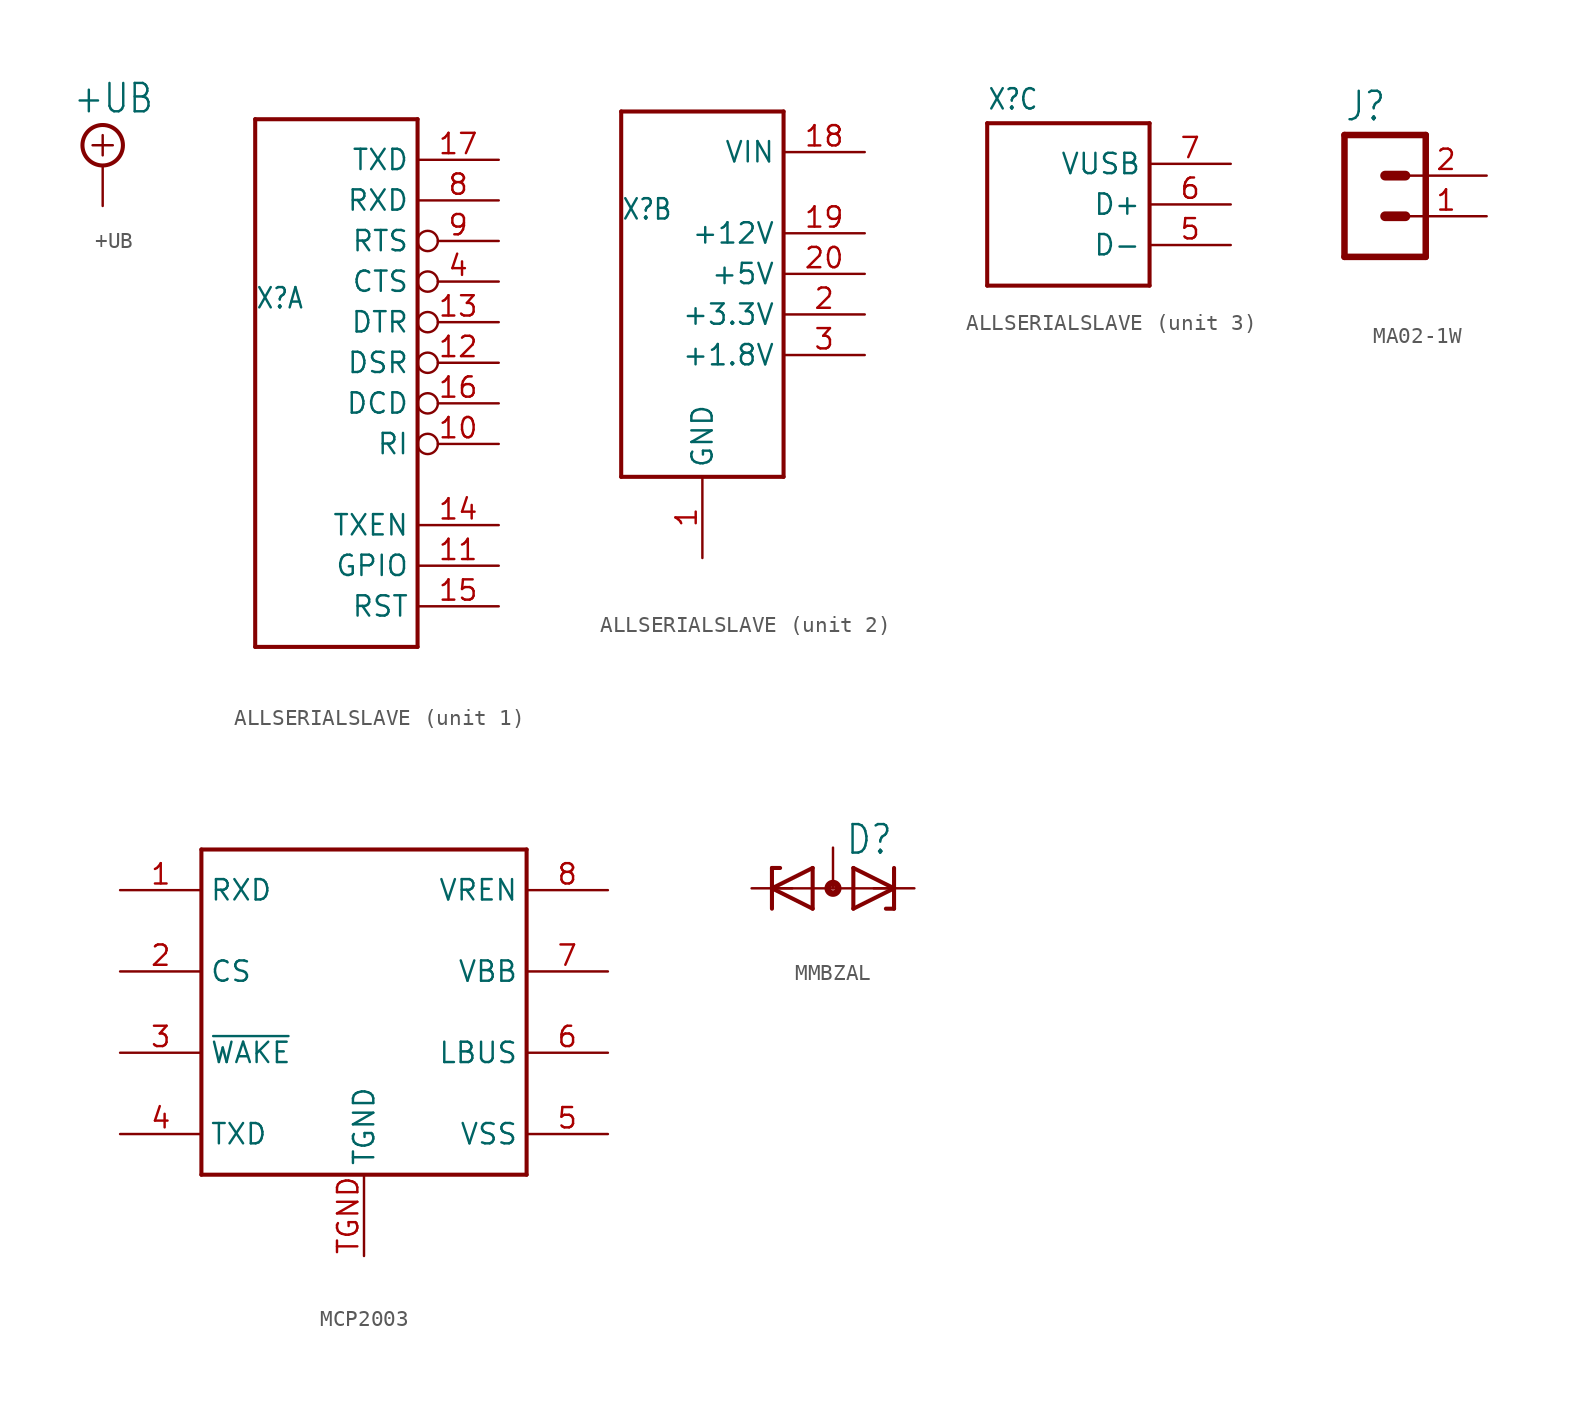
<source format=kicad_sym>
(kicad_symbol_lib
  (version 20220914)
  (generator kicad_symbol_editor)
  (symbol "+UB"
    (power)
    (property "Reference" "#SUPPLY"
      (at 0 0 0)
      (effects (font (size 1.27 1.27)) hide))
    (property "Value" "+UB"
      (at -1.905 3.175 0)
      (effects (font (size 1.778 1.511)) (justify left bottom)))
    (property "ki_locked" ""
      (at 0 0 0)
      (effects (font (size 1.27 1.27))))
    (symbol "+UB_1_0"
      (polyline (pts (xy -0.635 1.27) (xy 0.635 1.27)) (stroke (width 0.152) (type solid)) (fill (type none)))
      (polyline (pts (xy 0 0.635) (xy 0 1.905)) (stroke (width 0.152) (type solid)) (fill (type none)))
      (circle (center 0 1.27) (radius 1.27) (stroke (width 0.254) (type solid)) (fill (type none)))
      (pin power_in line (at 0 -2.54 90) (length 2.54) (name "+UB" (effects (font (size 0 0)))) (number "1" (effects (font (size 0 0)))))))
  (symbol "ALLSERIALSLAVE"
    (property "Reference" "X"
      (at -5.08 5.842 0)
      (effects (font (size 1.27 1.079)) (justify left bottom)))
    (property "ki_locked" ""
      (at 0 0 0)
      (effects (font (size 1.27 1.27))))
    (symbol "ALLSERIALSLAVE_1_0"
      (polyline (pts (xy -5.08 -15.24) (xy 5.08 -15.24)) (stroke (width 0.254) (type solid)) (fill (type none)))
      (polyline (pts (xy -5.08 17.78) (xy -5.08 -15.24)) (stroke (width 0.254) (type solid)) (fill (type none)))
      (polyline (pts (xy 5.08 -15.24) (xy 5.08 17.78)) (stroke (width 0.254) (type solid)) (fill (type none)))
      (polyline (pts (xy 5.08 17.78) (xy -5.08 17.78)) (stroke (width 0.254) (type solid)) (fill (type none)))
      (pin input inverted (at 10.16 -2.54 180) (length 5.08) (name "RI" (effects (font (size 1.27 1.27)))) (number "10" (effects (font (size 1.27 1.27)))))
      (pin bidirectional line (at 10.16 -10.16 180) (length 5.08) (name "GPIO" (effects (font (size 1.27 1.27)))) (number "11" (effects (font (size 1.27 1.27)))))
      (pin input inverted (at 10.16 2.54 180) (length 5.08) (name "DSR" (effects (font (size 1.27 1.27)))) (number "12" (effects (font (size 1.27 1.27)))))
      (pin output inverted (at 10.16 5.08 180) (length 5.08) (name "DTR" (effects (font (size 1.27 1.27)))) (number "13" (effects (font (size 1.27 1.27)))))
      (pin output line (at 10.16 -7.62 180) (length 5.08) (name "TXEN" (effects (font (size 1.27 1.27)))) (number "14" (effects (font (size 1.27 1.27)))))
      (pin bidirectional line (at 10.16 -12.7 180) (length 5.08) (name "RST" (effects (font (size 1.27 1.27)))) (number "15" (effects (font (size 1.27 1.27)))))
      (pin input inverted (at 10.16 0 180) (length 5.08) (name "DCD" (effects (font (size 1.27 1.27)))) (number "16" (effects (font (size 1.27 1.27)))))
      (pin output line (at 10.16 15.24 180) (length 5.08) (name "TXD" (effects (font (size 1.27 1.27)))) (number "17" (effects (font (size 1.27 1.27)))))
      (pin input inverted (at 10.16 7.62 180) (length 5.08) (name "CTS" (effects (font (size 1.27 1.27)))) (number "4" (effects (font (size 1.27 1.27)))))
      (pin input line (at 10.16 12.7 180) (length 5.08) (name "RXD" (effects (font (size 1.27 1.27)))) (number "8" (effects (font (size 1.27 1.27)))))
      (pin output inverted (at 10.16 10.16 180) (length 5.08) (name "RTS" (effects (font (size 1.27 1.27)))) (number "9" (effects (font (size 1.27 1.27))))))
    (symbol "ALLSERIALSLAVE_2_0"
      (polyline (pts (xy -5.08 -10.16) (xy 5.08 -10.16)) (stroke (width 0.254) (type solid)) (fill (type none)))
      (polyline (pts (xy -5.08 12.7) (xy -5.08 -10.16)) (stroke (width 0.254) (type solid)) (fill (type none)))
      (polyline (pts (xy 5.08 -10.16) (xy 5.08 12.7)) (stroke (width 0.254) (type solid)) (fill (type none)))
      (polyline (pts (xy 5.08 12.7) (xy -5.08 12.7)) (stroke (width 0.254) (type solid)) (fill (type none)))
      (pin bidirectional line (at 0 -15.24 90) (length 5.08) (name "GND" (effects (font (size 1.27 1.27)))) (number "1" (effects (font (size 1.27 1.27)))))
      (pin bidirectional line (at 10.16 10.16 180) (length 5.08) (name "VIN" (effects (font (size 1.27 1.27)))) (number "18" (effects (font (size 1.27 1.27)))))
      (pin bidirectional line (at 10.16 5.08 180) (length 5.08) (name "+12V" (effects (font (size 1.27 1.27)))) (number "19" (effects (font (size 1.27 1.27)))))
      (pin bidirectional line (at 10.16 0 180) (length 5.08) (name "+3.3V" (effects (font (size 1.27 1.27)))) (number "2" (effects (font (size 1.27 1.27)))))
      (pin bidirectional line (at 10.16 2.54 180) (length 5.08) (name "+5V" (effects (font (size 1.27 1.27)))) (number "20" (effects (font (size 1.27 1.27)))))
      (pin bidirectional line (at 10.16 -2.54 180) (length 5.08) (name "+1.8V" (effects (font (size 1.27 1.27)))) (number "3" (effects (font (size 1.27 1.27))))))
    (symbol "ALLSERIALSLAVE_3_0"
      (polyline (pts (xy -5.08 -5.08) (xy 5.08 -5.08)) (stroke (width 0.254) (type solid)) (fill (type none)))
      (polyline (pts (xy -5.08 5.08) (xy -5.08 -5.08)) (stroke (width 0.254) (type solid)) (fill (type none)))
      (polyline (pts (xy 5.08 -5.08) (xy 5.08 5.08)) (stroke (width 0.254) (type solid)) (fill (type none)))
      (polyline (pts (xy 5.08 5.08) (xy -5.08 5.08)) (stroke (width 0.254) (type solid)) (fill (type none)))
      (pin bidirectional line (at 10.16 -2.54 180) (length 5.08) (name "D-" (effects (font (size 1.27 1.27)))) (number "5" (effects (font (size 1.27 1.27)))))
      (pin bidirectional line (at 10.16 0 180) (length 5.08) (name "D+" (effects (font (size 1.27 1.27)))) (number "6" (effects (font (size 1.27 1.27)))))
      (pin bidirectional line (at 10.16 2.54 180) (length 5.08) (name "VUSB" (effects (font (size 1.27 1.27)))) (number "7" (effects (font (size 1.27 1.27)))))))
  (symbol "MA02-1W"
    (property "Reference" "J"
      (at -1.27 5.842 0)
      (effects (font (size 1.778 1.511)) (justify left bottom)))
    (property "Value" ""
      (at -1.27 -5.08 0)
      (effects (font (size 1.778 1.511)) (justify left bottom)))
    (property "ki_locked" ""
      (at 0 0 0)
      (effects (font (size 1.27 1.27))))
    (symbol "MA02-1W_1_0"
      (polyline (pts (xy -1.27 5.08) (xy -1.27 -2.54)) (stroke (width 0.406) (type solid)) (fill (type none)))
      (polyline (pts (xy -1.27 5.08) (xy 3.81 5.08)) (stroke (width 0.406) (type solid)) (fill (type none)))
      (polyline (pts (xy 1.27 0) (xy 2.54 0)) (stroke (width 0.61) (type solid)) (fill (type none)))
      (polyline (pts (xy 1.27 2.54) (xy 2.54 2.54)) (stroke (width 0.61) (type solid)) (fill (type none)))
      (polyline (pts (xy 3.81 -2.54) (xy -1.27 -2.54)) (stroke (width 0.406) (type solid)) (fill (type none)))
      (polyline (pts (xy 3.81 -2.54) (xy 3.81 5.08)) (stroke (width 0.406) (type solid)) (fill (type none)))
      (pin passive line (at 7.62 0 180) (length 5.08) (name "1" (effects (font (size 0 0)))) (number "1" (effects (font (size 1.27 1.27)))))
      (pin passive line (at 7.62 2.54 180) (length 5.08) (name "2" (effects (font (size 0 0)))) (number "2" (effects (font (size 1.27 1.27)))))))
  (symbol "MCP2003"
    (property "Reference" ""
      (at -3.81 4.064 0)
      (effects (font (size 1.778 1.511)) (justify left bottom) hide))
    (property "Value" ""
      (at -3.81 0 0)
      (effects (font (size 1.27 1.079)) (justify left bottom)))
    (property "ki_locked" ""
      (at 0 0 0)
      (effects (font (size 1.27 1.27))))
    (symbol "MCP2003_1_0"
      (polyline (pts (xy -10.16 -10.16) (xy 10.16 -10.16)) (stroke (width 0.254) (type solid)) (fill (type none)))
      (polyline (pts (xy -10.16 10.16) (xy -10.16 -10.16)) (stroke (width 0.254) (type solid)) (fill (type none)))
      (polyline (pts (xy 10.16 -10.16) (xy 10.16 10.16)) (stroke (width 0.254) (type solid)) (fill (type none)))
      (polyline (pts (xy 10.16 10.16) (xy -10.16 10.16)) (stroke (width 0.254) (type solid)) (fill (type none)))
      (pin input line (at -15.24 7.62 0) (length 5.08) (name "RXD" (effects (font (size 1.27 1.27)))) (number "1" (effects (font (size 1.27 1.27)))))
      (pin input line (at -15.24 2.54 0) (length 5.08) (name "CS" (effects (font (size 1.27 1.27)))) (number "2" (effects (font (size 1.27 1.27)))))
      (pin input line (at -15.24 -2.54 0) (length 5.08) (name "~{WAKE}" (effects (font (size 1.27 1.27)))) (number "3" (effects (font (size 1.27 1.27)))))
      (pin output line (at -15.24 -7.62 0) (length 5.08) (name "TXD" (effects (font (size 1.27 1.27)))) (number "4" (effects (font (size 1.27 1.27)))))
      (pin power_in line (at 15.24 -7.62 180) (length 5.08) (name "VSS" (effects (font (size 1.27 1.27)))) (number "5" (effects (font (size 1.27 1.27)))))
      (pin bidirectional line (at 15.24 -2.54 180) (length 5.08) (name "LBUS" (effects (font (size 1.27 1.27)))) (number "6" (effects (font (size 1.27 1.27)))))
      (pin power_in line (at 15.24 2.54 180) (length 5.08) (name "VBB" (effects (font (size 1.27 1.27)))) (number "7" (effects (font (size 1.27 1.27)))))
      (pin output line (at 15.24 7.62 180) (length 5.08) (name "VREN" (effects (font (size 1.27 1.27)))) (number "8" (effects (font (size 1.27 1.27)))))
      (pin power_in line (at 0 -15.24 90) (length 5.08) (name "TGND" (effects (font (size 1.27 1.27)))) (number "TGND" (effects (font (size 1.27 1.27)))))))
  (symbol "MMBZAL"
    (property "Reference" "D"
      (at 0.762 2.007 0)
      (effects (font (size 1.778 1.511)) (justify left bottom)))
    (property "Value" ""
      (at -4.826 -3.454 0)
      (effects (font (size 1.778 1.511)) (justify left bottom)))
    (property "ki_locked" ""
      (at 0 0 0)
      (effects (font (size 1.27 1.27))))
    (symbol "MMBZAL_1_0"
      (polyline (pts (xy -3.81 -1.27) (xy -3.81 0)) (stroke (width 0.254) (type solid)) (fill (type none)))
      (polyline (pts (xy -3.81 0) (xy -3.81 1.27)) (stroke (width 0.254) (type solid)) (fill (type none)))
      (polyline (pts (xy -3.81 0) (xy -1.27 -1.27)) (stroke (width 0.254) (type solid)) (fill (type none)))
      (polyline (pts (xy -3.81 0) (xy 3.81 0)) (stroke (width 0.152) (type solid)) (fill (type none)))
      (polyline (pts (xy -3.81 1.27) (xy -3.302 1.27)) (stroke (width 0.254) (type solid)) (fill (type none)))
      (polyline (pts (xy -1.27 -1.27) (xy -1.27 1.27)) (stroke (width 0.254) (type solid)) (fill (type none)))
      (polyline (pts (xy -1.27 1.27) (xy -3.81 0)) (stroke (width 0.254) (type solid)) (fill (type none)))
      (polyline (pts (xy 1.27 -1.27) (xy 1.27 1.27)) (stroke (width 0.254) (type solid)) (fill (type none)))
      (polyline (pts (xy 1.27 1.27) (xy 3.81 0)) (stroke (width 0.254) (type solid)) (fill (type none)))
      (polyline (pts (xy 3.81 -1.27) (xy 3.302 -1.27)) (stroke (width 0.254) (type solid)) (fill (type none)))
      (polyline (pts (xy 3.81 -1.27) (xy 3.81 0)) (stroke (width 0.254) (type solid)) (fill (type none)))
      (polyline (pts (xy 3.81 0) (xy 1.27 -1.27)) (stroke (width 0.254) (type solid)) (fill (type none)))
      (polyline (pts (xy 3.81 0) (xy 3.81 1.27)) (stroke (width 0.254) (type solid)) (fill (type none)))
      (circle (center 0 0) (radius 0.127) (stroke (width 0.406) (type solid)) (fill (type none)))
      (pin passive line (at -5.08 0 0) (length 2.54) (name "K1" (effects (font (size 0 0)))) (number "1" (effects (font (size 0 0)))))
      (pin passive line (at 5.08 0 180) (length 2.54) (name "K2" (effects (font (size 0 0)))) (number "2" (effects (font (size 0 0)))))
      (pin passive line (at 0 2.54 270) (length 2.54) (name "A" (effects (font (size 0 0)))) (number "3" (effects (font (size 0 0))))))))
</source>
